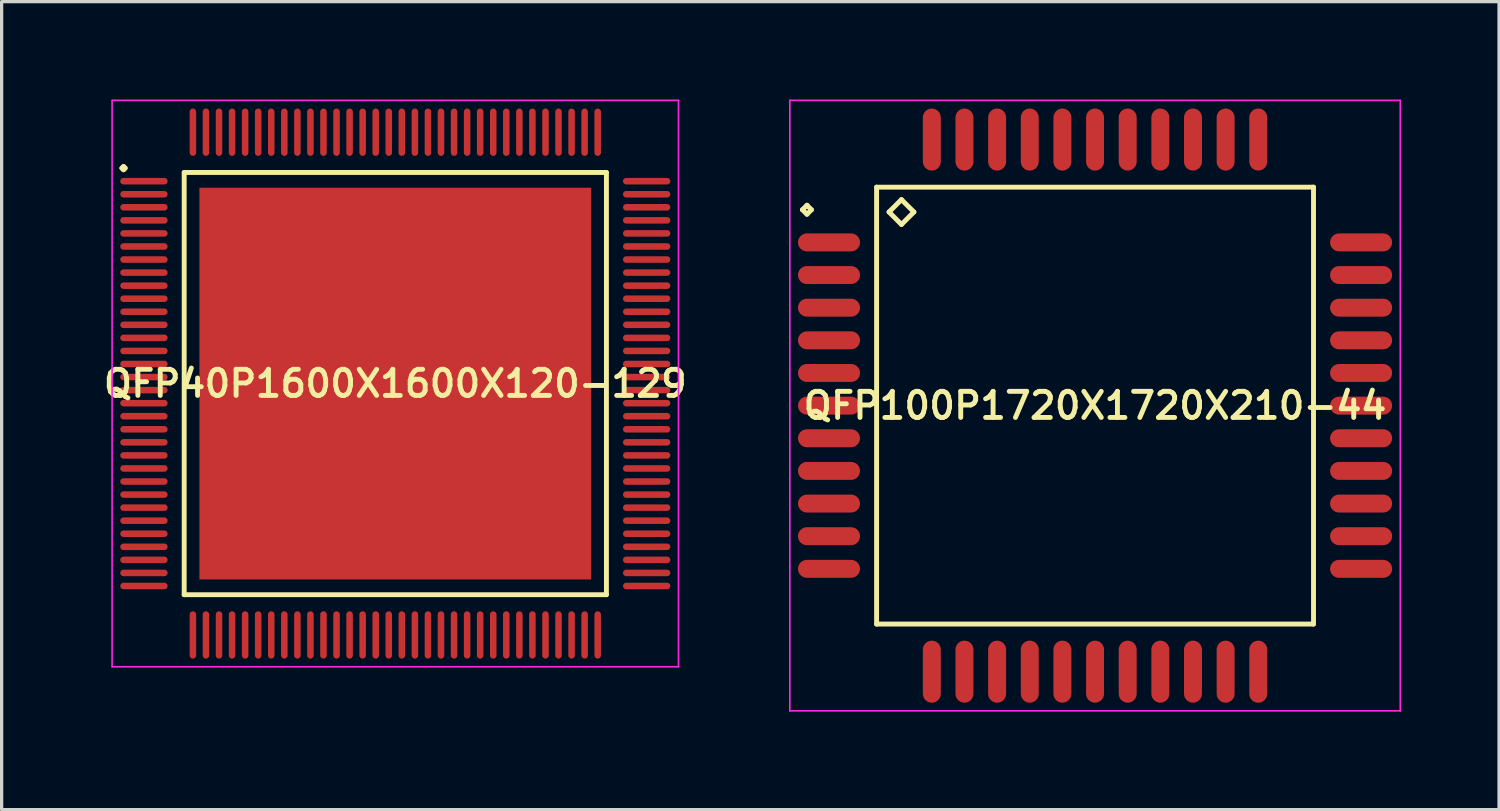
<source format=kicad_pcb>
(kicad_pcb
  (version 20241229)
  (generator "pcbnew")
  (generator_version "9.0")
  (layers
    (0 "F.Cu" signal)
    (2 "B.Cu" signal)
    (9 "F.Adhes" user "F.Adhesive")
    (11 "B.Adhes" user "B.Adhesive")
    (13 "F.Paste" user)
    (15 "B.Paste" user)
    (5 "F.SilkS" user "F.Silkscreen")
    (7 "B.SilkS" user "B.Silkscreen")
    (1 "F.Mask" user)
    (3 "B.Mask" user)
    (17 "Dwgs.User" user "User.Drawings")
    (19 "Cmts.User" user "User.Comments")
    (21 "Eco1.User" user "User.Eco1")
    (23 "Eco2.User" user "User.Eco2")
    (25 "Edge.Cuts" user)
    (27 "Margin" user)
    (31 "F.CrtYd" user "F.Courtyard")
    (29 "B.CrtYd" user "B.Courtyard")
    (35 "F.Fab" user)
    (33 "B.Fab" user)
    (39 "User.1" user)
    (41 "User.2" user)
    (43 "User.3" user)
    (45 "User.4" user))
  (footprint "QFP40P1600X1600X120-129"
    (layer "F.Cu")
    (at 9.059 8.7)
    (property "Reference" "QFP40P1600X1600X120-129" (at 0 0 0) (layer "F.SilkS") (effects (font (size 0.8 0.8) (thickness 0.15))))
    (attr smd)
    (fp_line (start -8.375 -6.6) (end -8.325 -6.65) (stroke (width 0.15) (type solid)) (layer "F.SilkS"))
    (fp_line (start -8.325 -6.65) (end -8.275 -6.6) (stroke (width 0.15) (type solid)) (layer "F.SilkS"))
    (fp_line (start -8.325 -6.55) (end -8.375 -6.6) (stroke (width 0.15) (type solid)) (layer "F.SilkS"))
    (fp_line (start -8.275 -6.6) (end -8.325 -6.55) (stroke (width 0.15) (type solid)) (layer "F.SilkS"))
    (fp_line (start -6.467 -6.467) (end -6.467 6.467) (stroke (width 0.15) (type solid)) (layer "F.SilkS"))
    (fp_line (start -6.467 6.467) (end 6.467 6.467) (stroke (width 0.15) (type solid)) (layer "F.SilkS"))
    (fp_line (start 6.467 -6.467) (end -6.467 -6.467) (stroke (width 0.15) (type solid)) (layer "F.SilkS"))
    (fp_line (start 6.467 6.467) (end 6.467 -6.467) (stroke (width 0.15) (type solid)) (layer "F.SilkS"))
    (fp_line (start -8.675 -8.675) (end 8.675 -8.675) (stroke (width 0.05) (type solid)) (layer "F.CrtYd"))
    (fp_line (start -8.675 8.675) (end -8.675 -8.675) (stroke (width 0.05) (type solid)) (layer "F.CrtYd"))
    (fp_line (start 8.675 -8.675) (end 8.675 8.675) (stroke (width 0.05) (type solid)) (layer "F.CrtYd"))
    (fp_line (start 8.675 8.675) (end -8.675 8.675) (stroke (width 0.05) (type solid)) (layer "F.CrtYd"))
    (pad "1" smd oval (at -7.7 -6.2) (size 1.45 0.2) (layers "F.Cu" "F.Mask" "F.Paste"))
    (pad "2" smd oval (at -7.7 -5.8) (size 1.45 0.2) (layers "F.Cu" "F.Mask" "F.Paste"))
    (pad "3" smd oval (at -7.7 -5.4) (size 1.45 0.2) (layers "F.Cu" "F.Mask" "F.Paste"))
    (pad "4" smd oval (at -7.7 -5) (size 1.45 0.2) (layers "F.Cu" "F.Mask" "F.Paste"))
    (pad "5" smd oval (at -7.7 -4.6) (size 1.45 0.2) (layers "F.Cu" "F.Mask" "F.Paste"))
    (pad "6" smd oval (at -7.7 -4.2) (size 1.45 0.2) (layers "F.Cu" "F.Mask" "F.Paste"))
    (pad "7" smd oval (at -7.7 -3.8) (size 1.45 0.2) (layers "F.Cu" "F.Mask" "F.Paste"))
    (pad "8" smd oval (at -7.7 -3.4) (size 1.45 0.2) (layers "F.Cu" "F.Mask" "F.Paste"))
    (pad "9" smd oval (at -7.7 -3) (size 1.45 0.2) (layers "F.Cu" "F.Mask" "F.Paste"))
    (pad "10" smd oval (at -7.7 -2.6) (size 1.45 0.2) (layers "F.Cu" "F.Mask" "F.Paste"))
    (pad "11" smd oval (at -7.7 -2.2) (size 1.45 0.2) (layers "F.Cu" "F.Mask" "F.Paste"))
    (pad "12" smd oval (at -7.7 -1.8) (size 1.45 0.2) (layers "F.Cu" "F.Mask" "F.Paste"))
    (pad "13" smd oval (at -7.7 -1.4) (size 1.45 0.2) (layers "F.Cu" "F.Mask" "F.Paste"))
    (pad "14" smd oval (at -7.7 -1) (size 1.45 0.2) (layers "F.Cu" "F.Mask" "F.Paste"))
    (pad "15" smd oval (at -7.7 -0.6) (size 1.45 0.2) (layers "F.Cu" "F.Mask" "F.Paste"))
    (pad "16" smd oval (at -7.7 -0.2) (size 1.45 0.2) (layers "F.Cu" "F.Mask" "F.Paste"))
    (pad "17" smd oval (at -7.7 0.2) (size 1.45 0.2) (layers "F.Cu" "F.Mask" "F.Paste"))
    (pad "18" smd oval (at -7.7 0.6) (size 1.45 0.2) (layers "F.Cu" "F.Mask" "F.Paste"))
    (pad "19" smd oval (at -7.7 1) (size 1.45 0.2) (layers "F.Cu" "F.Mask" "F.Paste"))
    (pad "20" smd oval (at -7.7 1.4) (size 1.45 0.2) (layers "F.Cu" "F.Mask" "F.Paste"))
    (pad "21" smd oval (at -7.7 1.8) (size 1.45 0.2) (layers "F.Cu" "F.Mask" "F.Paste"))
    (pad "22" smd oval (at -7.7 2.2) (size 1.45 0.2) (layers "F.Cu" "F.Mask" "F.Paste"))
    (pad "23" smd oval (at -7.7 2.6) (size 1.45 0.2) (layers "F.Cu" "F.Mask" "F.Paste"))
    (pad "24" smd oval (at -7.7 3) (size 1.45 0.2) (layers "F.Cu" "F.Mask" "F.Paste"))
    (pad "25" smd oval (at -7.7 3.4) (size 1.45 0.2) (layers "F.Cu" "F.Mask" "F.Paste"))
    (pad "26" smd oval (at -7.7 3.8) (size 1.45 0.2) (layers "F.Cu" "F.Mask" "F.Paste"))
    (pad "27" smd oval (at -7.7 4.2) (size 1.45 0.2) (layers "F.Cu" "F.Mask" "F.Paste"))
    (pad "28" smd oval (at -7.7 4.6) (size 1.45 0.2) (layers "F.Cu" "F.Mask" "F.Paste"))
    (pad "29" smd oval (at -7.7 5) (size 1.45 0.2) (layers "F.Cu" "F.Mask" "F.Paste"))
    (pad "30" smd oval (at -7.7 5.4) (size 1.45 0.2) (layers "F.Cu" "F.Mask" "F.Paste"))
    (pad "31" smd oval (at -7.7 5.8) (size 1.45 0.2) (layers "F.Cu" "F.Mask" "F.Paste"))
    (pad "32" smd oval (at -7.7 6.2) (size 1.45 0.2) (layers "F.Cu" "F.Mask" "F.Paste"))
    (pad "33" smd oval (at -6.2 7.7) (size 0.2 1.45) (layers "F.Cu" "F.Mask" "F.Paste"))
    (pad "34" smd oval (at -5.8 7.7) (size 0.2 1.45) (layers "F.Cu" "F.Mask" "F.Paste"))
    (pad "35" smd oval (at -5.4 7.7) (size 0.2 1.45) (layers "F.Cu" "F.Mask" "F.Paste"))
    (pad "36" smd oval (at -5 7.7) (size 0.2 1.45) (layers "F.Cu" "F.Mask" "F.Paste"))
    (pad "37" smd oval (at -4.6 7.7) (size 0.2 1.45) (layers "F.Cu" "F.Mask" "F.Paste"))
    (pad "38" smd oval (at -4.2 7.7) (size 0.2 1.45) (layers "F.Cu" "F.Mask" "F.Paste"))
    (pad "39" smd oval (at -3.8 7.7) (size 0.2 1.45) (layers "F.Cu" "F.Mask" "F.Paste"))
    (pad "40" smd oval (at -3.4 7.7) (size 0.2 1.45) (layers "F.Cu" "F.Mask" "F.Paste"))
    (pad "41" smd oval (at -3 7.7) (size 0.2 1.45) (layers "F.Cu" "F.Mask" "F.Paste"))
    (pad "42" smd oval (at -2.6 7.7) (size 0.2 1.45) (layers "F.Cu" "F.Mask" "F.Paste"))
    (pad "43" smd oval (at -2.2 7.7) (size 0.2 1.45) (layers "F.Cu" "F.Mask" "F.Paste"))
    (pad "44" smd oval (at -1.8 7.7) (size 0.2 1.45) (layers "F.Cu" "F.Mask" "F.Paste"))
    (pad "45" smd oval (at -1.4 7.7) (size 0.2 1.45) (layers "F.Cu" "F.Mask" "F.Paste"))
    (pad "46" smd oval (at -1 7.7) (size 0.2 1.45) (layers "F.Cu" "F.Mask" "F.Paste"))
    (pad "47" smd oval (at -0.6 7.7) (size 0.2 1.45) (layers "F.Cu" "F.Mask" "F.Paste"))
    (pad "48" smd oval (at -0.2 7.7) (size 0.2 1.45) (layers "F.Cu" "F.Mask" "F.Paste"))
    (pad "49" smd oval (at 0.2 7.7) (size 0.2 1.45) (layers "F.Cu" "F.Mask" "F.Paste"))
    (pad "50" smd oval (at 0.6 7.7) (size 0.2 1.45) (layers "F.Cu" "F.Mask" "F.Paste"))
    (pad "51" smd oval (at 1 7.7) (size 0.2 1.45) (layers "F.Cu" "F.Mask" "F.Paste"))
    (pad "52" smd oval (at 1.4 7.7) (size 0.2 1.45) (layers "F.Cu" "F.Mask" "F.Paste"))
    (pad "53" smd oval (at 1.8 7.7) (size 0.2 1.45) (layers "F.Cu" "F.Mask" "F.Paste"))
    (pad "54" smd oval (at 2.2 7.7) (size 0.2 1.45) (layers "F.Cu" "F.Mask" "F.Paste"))
    (pad "55" smd oval (at 2.6 7.7) (size 0.2 1.45) (layers "F.Cu" "F.Mask" "F.Paste"))
    (pad "56" smd oval (at 3 7.7) (size 0.2 1.45) (layers "F.Cu" "F.Mask" "F.Paste"))
    (pad "57" smd oval (at 3.4 7.7) (size 0.2 1.45) (layers "F.Cu" "F.Mask" "F.Paste"))
    (pad "58" smd oval (at 3.8 7.7) (size 0.2 1.45) (layers "F.Cu" "F.Mask" "F.Paste"))
    (pad "59" smd oval (at 4.2 7.7) (size 0.2 1.45) (layers "F.Cu" "F.Mask" "F.Paste"))
    (pad "60" smd oval (at 4.6 7.7) (size 0.2 1.45) (layers "F.Cu" "F.Mask" "F.Paste"))
    (pad "61" smd oval (at 5 7.7) (size 0.2 1.45) (layers "F.Cu" "F.Mask" "F.Paste"))
    (pad "62" smd oval (at 5.4 7.7) (size 0.2 1.45) (layers "F.Cu" "F.Mask" "F.Paste"))
    (pad "63" smd oval (at 5.8 7.7) (size 0.2 1.45) (layers "F.Cu" "F.Mask" "F.Paste"))
    (pad "64" smd oval (at 6.2 7.7) (size 0.2 1.45) (layers "F.Cu" "F.Mask" "F.Paste"))
    (pad "65" smd oval (at 7.7 6.2) (size 1.45 0.2) (layers "F.Cu" "F.Mask" "F.Paste"))
    (pad "66" smd oval (at 7.7 5.8) (size 1.45 0.2) (layers "F.Cu" "F.Mask" "F.Paste"))
    (pad "67" smd oval (at 7.7 5.4) (size 1.45 0.2) (layers "F.Cu" "F.Mask" "F.Paste"))
    (pad "68" smd oval (at 7.7 5) (size 1.45 0.2) (layers "F.Cu" "F.Mask" "F.Paste"))
    (pad "69" smd oval (at 7.7 4.6) (size 1.45 0.2) (layers "F.Cu" "F.Mask" "F.Paste"))
    (pad "70" smd oval (at 7.7 4.2) (size 1.45 0.2) (layers "F.Cu" "F.Mask" "F.Paste"))
    (pad "71" smd oval (at 7.7 3.8) (size 1.45 0.2) (layers "F.Cu" "F.Mask" "F.Paste"))
    (pad "72" smd oval (at 7.7 3.4) (size 1.45 0.2) (layers "F.Cu" "F.Mask" "F.Paste"))
    (pad "73" smd oval (at 7.7 3) (size 1.45 0.2) (layers "F.Cu" "F.Mask" "F.Paste"))
    (pad "74" smd oval (at 7.7 2.6) (size 1.45 0.2) (layers "F.Cu" "F.Mask" "F.Paste"))
    (pad "75" smd oval (at 7.7 2.2) (size 1.45 0.2) (layers "F.Cu" "F.Mask" "F.Paste"))
    (pad "76" smd oval (at 7.7 1.8) (size 1.45 0.2) (layers "F.Cu" "F.Mask" "F.Paste"))
    (pad "77" smd oval (at 7.7 1.4) (size 1.45 0.2) (layers "F.Cu" "F.Mask" "F.Paste"))
    (pad "78" smd oval (at 7.7 1) (size 1.45 0.2) (layers "F.Cu" "F.Mask" "F.Paste"))
    (pad "79" smd oval (at 7.7 0.6) (size 1.45 0.2) (layers "F.Cu" "F.Mask" "F.Paste"))
    (pad "80" smd oval (at 7.7 0.2) (size 1.45 0.2) (layers "F.Cu" "F.Mask" "F.Paste"))
    (pad "81" smd oval (at 7.7 -0.2) (size 1.45 0.2) (layers "F.Cu" "F.Mask" "F.Paste"))
    (pad "82" smd oval (at 7.7 -0.6) (size 1.45 0.2) (layers "F.Cu" "F.Mask" "F.Paste"))
    (pad "83" smd oval (at 7.7 -1) (size 1.45 0.2) (layers "F.Cu" "F.Mask" "F.Paste"))
    (pad "84" smd oval (at 7.7 -1.4) (size 1.45 0.2) (layers "F.Cu" "F.Mask" "F.Paste"))
    (pad "85" smd oval (at 7.7 -1.8) (size 1.45 0.2) (layers "F.Cu" "F.Mask" "F.Paste"))
    (pad "86" smd oval (at 7.7 -2.2) (size 1.45 0.2) (layers "F.Cu" "F.Mask" "F.Paste"))
    (pad "87" smd oval (at 7.7 -2.6) (size 1.45 0.2) (layers "F.Cu" "F.Mask" "F.Paste"))
    (pad "88" smd oval (at 7.7 -3) (size 1.45 0.2) (layers "F.Cu" "F.Mask" "F.Paste"))
    (pad "89" smd oval (at 7.7 -3.4) (size 1.45 0.2) (layers "F.Cu" "F.Mask" "F.Paste"))
    (pad "90" smd oval (at 7.7 -3.8) (size 1.45 0.2) (layers "F.Cu" "F.Mask" "F.Paste"))
    (pad "91" smd oval (at 7.7 -4.2) (size 1.45 0.2) (layers "F.Cu" "F.Mask" "F.Paste"))
    (pad "92" smd oval (at 7.7 -4.6) (size 1.45 0.2) (layers "F.Cu" "F.Mask" "F.Paste"))
    (pad "93" smd oval (at 7.7 -5) (size 1.45 0.2) (layers "F.Cu" "F.Mask" "F.Paste"))
    (pad "94" smd oval (at 7.7 -5.4) (size 1.45 0.2) (layers "F.Cu" "F.Mask" "F.Paste"))
    (pad "95" smd oval (at 7.7 -5.8) (size 1.45 0.2) (layers "F.Cu" "F.Mask" "F.Paste"))
    (pad "96" smd oval (at 7.7 -6.2) (size 1.45 0.2) (layers "F.Cu" "F.Mask" "F.Paste"))
    (pad "97" smd oval (at 6.2 -7.7) (size 0.2 1.45) (layers "F.Cu" "F.Mask" "F.Paste"))
    (pad "98" smd oval (at 5.8 -7.7) (size 0.2 1.45) (layers "F.Cu" "F.Mask" "F.Paste"))
    (pad "99" smd oval (at 5.4 -7.7) (size 0.2 1.45) (layers "F.Cu" "F.Mask" "F.Paste"))
    (pad "100" smd oval (at 5 -7.7) (size 0.2 1.45) (layers "F.Cu" "F.Mask" "F.Paste"))
    (pad "101" smd oval (at 4.6 -7.7) (size 0.2 1.45) (layers "F.Cu" "F.Mask" "F.Paste"))
    (pad "102" smd oval (at 4.2 -7.7) (size 0.2 1.45) (layers "F.Cu" "F.Mask" "F.Paste"))
    (pad "103" smd oval (at 3.8 -7.7) (size 0.2 1.45) (layers "F.Cu" "F.Mask" "F.Paste"))
    (pad "104" smd oval (at 3.4 -7.7) (size 0.2 1.45) (layers "F.Cu" "F.Mask" "F.Paste"))
    (pad "105" smd oval (at 3 -7.7) (size 0.2 1.45) (layers "F.Cu" "F.Mask" "F.Paste"))
    (pad "106" smd oval (at 2.6 -7.7) (size 0.2 1.45) (layers "F.Cu" "F.Mask" "F.Paste"))
    (pad "107" smd oval (at 2.2 -7.7) (size 0.2 1.45) (layers "F.Cu" "F.Mask" "F.Paste"))
    (pad "108" smd oval (at 1.8 -7.7) (size 0.2 1.45) (layers "F.Cu" "F.Mask" "F.Paste"))
    (pad "109" smd oval (at 1.4 -7.7) (size 0.2 1.45) (layers "F.Cu" "F.Mask" "F.Paste"))
    (pad "110" smd oval (at 1 -7.7) (size 0.2 1.45) (layers "F.Cu" "F.Mask" "F.Paste"))
    (pad "111" smd oval (at 0.6 -7.7) (size 0.2 1.45) (layers "F.Cu" "F.Mask" "F.Paste"))
    (pad "112" smd oval (at 0.2 -7.7) (size 0.2 1.45) (layers "F.Cu" "F.Mask" "F.Paste"))
    (pad "113" smd oval (at -0.2 -7.7) (size 0.2 1.45) (layers "F.Cu" "F.Mask" "F.Paste"))
    (pad "114" smd oval (at -0.6 -7.7) (size 0.2 1.45) (layers "F.Cu" "F.Mask" "F.Paste"))
    (pad "115" smd oval (at -1 -7.7) (size 0.2 1.45) (layers "F.Cu" "F.Mask" "F.Paste"))
    (pad "116" smd oval (at -1.4 -7.7) (size 0.2 1.45) (layers "F.Cu" "F.Mask" "F.Paste"))
    (pad "117" smd oval (at -1.8 -7.7) (size 0.2 1.45) (layers "F.Cu" "F.Mask" "F.Paste"))
    (pad "118" smd oval (at -2.2 -7.7) (size 0.2 1.45) (layers "F.Cu" "F.Mask" "F.Paste"))
    (pad "119" smd oval (at -2.6 -7.7) (size 0.2 1.45) (layers "F.Cu" "F.Mask" "F.Paste"))
    (pad "120" smd oval (at -3 -7.7) (size 0.2 1.45) (layers "F.Cu" "F.Mask" "F.Paste"))
    (pad "121" smd oval (at -3.4 -7.7) (size 0.2 1.45) (layers "F.Cu" "F.Mask" "F.Paste"))
    (pad "122" smd oval (at -3.8 -7.7) (size 0.2 1.45) (layers "F.Cu" "F.Mask" "F.Paste"))
    (pad "123" smd oval (at -4.2 -7.7) (size 0.2 1.45) (layers "F.Cu" "F.Mask" "F.Paste"))
    (pad "124" smd oval (at -4.6 -7.7) (size 0.2 1.45) (layers "F.Cu" "F.Mask" "F.Paste"))
    (pad "125" smd oval (at -5 -7.7) (size 0.2 1.45) (layers "F.Cu" "F.Mask" "F.Paste"))
    (pad "126" smd oval (at -5.4 -7.7) (size 0.2 1.45) (layers "F.Cu" "F.Mask" "F.Paste"))
    (pad "127" smd oval (at -5.8 -7.7) (size 0.2 1.45) (layers "F.Cu" "F.Mask" "F.Paste"))
    (pad "128" smd oval (at -6.2 -7.7) (size 0.2 1.45) (layers "F.Cu" "F.Mask" "F.Paste"))
    (pad "129" smd rect (at 0 0) (size 12 12) (layers "F.Cu" "F.Mask" "F.Paste")))
  (footprint "QFP100P1720X1720X210-44"
    (layer "F.Cu")
    (at 30.494 9.375)
    (property "Reference" "QFP100P1720X1720X210-44" (at 0 0 0) (layer "F.SilkS") (effects (font (size 0.8 0.8) (thickness 0.15))))
    (attr smd)
    (fp_line (start -8.963 -6) (end -8.825 -6.138) (stroke (width 0.15) (type solid)) (layer "F.SilkS"))
    (fp_line (start -8.825 -6.138) (end -8.688 -6) (stroke (width 0.15) (type solid)) (layer "F.SilkS"))
    (fp_line (start -8.825 -5.862) (end -8.963 -6) (stroke (width 0.15) (type solid)) (layer "F.SilkS"))
    (fp_line (start -8.688 -6) (end -8.825 -5.862) (stroke (width 0.15) (type solid)) (layer "F.SilkS"))
    (fp_line (start -6.692 -6.692) (end -6.692 6.692) (stroke (width 0.15) (type solid)) (layer "F.SilkS"))
    (fp_line (start -6.692 6.692) (end 6.692 6.692) (stroke (width 0.15) (type solid)) (layer "F.SilkS"))
    (fp_line (start -6.311 -5.93) (end -5.93 -6.311) (stroke (width 0.15) (type solid)) (layer "F.SilkS"))
    (fp_line (start -5.93 -6.311) (end -5.549 -5.93) (stroke (width 0.15) (type solid)) (layer "F.SilkS"))
    (fp_line (start -5.93 -5.549) (end -6.311 -5.93) (stroke (width 0.15) (type solid)) (layer "F.SilkS"))
    (fp_line (start -5.549 -5.93) (end -5.93 -5.549) (stroke (width 0.15) (type solid)) (layer "F.SilkS"))
    (fp_line (start 6.692 -6.692) (end -6.692 -6.692) (stroke (width 0.15) (type solid)) (layer "F.SilkS"))
    (fp_line (start 6.692 6.692) (end 6.692 -6.692) (stroke (width 0.15) (type solid)) (layer "F.SilkS"))
    (fp_line (start -9.35 -9.35) (end 9.35 -9.35) (stroke (width 0.05) (type solid)) (layer "F.CrtYd"))
    (fp_line (start -9.35 9.35) (end -9.35 -9.35) (stroke (width 0.05) (type solid)) (layer "F.CrtYd"))
    (fp_line (start 9.35 -9.35) (end 9.35 9.35) (stroke (width 0.05) (type solid)) (layer "F.CrtYd"))
    (fp_line (start 9.35 9.35) (end -9.35 9.35) (stroke (width 0.05) (type solid)) (layer "F.CrtYd"))
    (pad "1" smd oval (at -8.15 -5) (size 1.9 0.55) (layers "F.Cu" "F.Mask" "F.Paste"))
    (pad "2" smd oval (at -8.15 -4) (size 1.9 0.55) (layers "F.Cu" "F.Mask" "F.Paste"))
    (pad "3" smd oval (at -8.15 -3) (size 1.9 0.55) (layers "F.Cu" "F.Mask" "F.Paste"))
    (pad "4" smd oval (at -8.15 -2) (size 1.9 0.55) (layers "F.Cu" "F.Mask" "F.Paste"))
    (pad "5" smd oval (at -8.15 -1) (size 1.9 0.55) (layers "F.Cu" "F.Mask" "F.Paste"))
    (pad "6" smd oval (at -8.15 0) (size 1.9 0.55) (layers "F.Cu" "F.Mask" "F.Paste"))
    (pad "7" smd oval (at -8.15 1) (size 1.9 0.55) (layers "F.Cu" "F.Mask" "F.Paste"))
    (pad "8" smd oval (at -8.15 2) (size 1.9 0.55) (layers "F.Cu" "F.Mask" "F.Paste"))
    (pad "9" smd oval (at -8.15 3) (size 1.9 0.55) (layers "F.Cu" "F.Mask" "F.Paste"))
    (pad "10" smd oval (at -8.15 4) (size 1.9 0.55) (layers "F.Cu" "F.Mask" "F.Paste"))
    (pad "11" smd oval (at -8.15 5) (size 1.9 0.55) (layers "F.Cu" "F.Mask" "F.Paste"))
    (pad "12" smd oval (at -5 8.15) (size 0.55 1.9) (layers "F.Cu" "F.Mask" "F.Paste"))
    (pad "13" smd oval (at -4 8.15) (size 0.55 1.9) (layers "F.Cu" "F.Mask" "F.Paste"))
    (pad "14" smd oval (at -3 8.15) (size 0.55 1.9) (layers "F.Cu" "F.Mask" "F.Paste"))
    (pad "15" smd oval (at -2 8.15) (size 0.55 1.9) (layers "F.Cu" "F.Mask" "F.Paste"))
    (pad "16" smd oval (at -1 8.15) (size 0.55 1.9) (layers "F.Cu" "F.Mask" "F.Paste"))
    (pad "17" smd oval (at 0 8.15) (size 0.55 1.9) (layers "F.Cu" "F.Mask" "F.Paste"))
    (pad "18" smd oval (at 1 8.15) (size 0.55 1.9) (layers "F.Cu" "F.Mask" "F.Paste"))
    (pad "19" smd oval (at 2 8.15) (size 0.55 1.9) (layers "F.Cu" "F.Mask" "F.Paste"))
    (pad "20" smd oval (at 3 8.15) (size 0.55 1.9) (layers "F.Cu" "F.Mask" "F.Paste"))
    (pad "21" smd oval (at 4 8.15) (size 0.55 1.9) (layers "F.Cu" "F.Mask" "F.Paste"))
    (pad "22" smd oval (at 5 8.15) (size 0.55 1.9) (layers "F.Cu" "F.Mask" "F.Paste"))
    (pad "23" smd oval (at 8.15 5) (size 1.9 0.55) (layers "F.Cu" "F.Mask" "F.Paste"))
    (pad "24" smd oval (at 8.15 4) (size 1.9 0.55) (layers "F.Cu" "F.Mask" "F.Paste"))
    (pad "25" smd oval (at 8.15 3) (size 1.9 0.55) (layers "F.Cu" "F.Mask" "F.Paste"))
    (pad "26" smd oval (at 8.15 2) (size 1.9 0.55) (layers "F.Cu" "F.Mask" "F.Paste"))
    (pad "27" smd oval (at 8.15 1) (size 1.9 0.55) (layers "F.Cu" "F.Mask" "F.Paste"))
    (pad "28" smd oval (at 8.15 0) (size 1.9 0.55) (layers "F.Cu" "F.Mask" "F.Paste"))
    (pad "29" smd oval (at 8.15 -1) (size 1.9 0.55) (layers "F.Cu" "F.Mask" "F.Paste"))
    (pad "30" smd oval (at 8.15 -2) (size 1.9 0.55) (layers "F.Cu" "F.Mask" "F.Paste"))
    (pad "31" smd oval (at 8.15 -3) (size 1.9 0.55) (layers "F.Cu" "F.Mask" "F.Paste"))
    (pad "32" smd oval (at 8.15 -4) (size 1.9 0.55) (layers "F.Cu" "F.Mask" "F.Paste"))
    (pad "33" smd oval (at 8.15 -5) (size 1.9 0.55) (layers "F.Cu" "F.Mask" "F.Paste"))
    (pad "34" smd oval (at 5 -8.15) (size 0.55 1.9) (layers "F.Cu" "F.Mask" "F.Paste"))
    (pad "35" smd oval (at 4 -8.15) (size 0.55 1.9) (layers "F.Cu" "F.Mask" "F.Paste"))
    (pad "36" smd oval (at 3 -8.15) (size 0.55 1.9) (layers "F.Cu" "F.Mask" "F.Paste"))
    (pad "37" smd oval (at 2 -8.15) (size 0.55 1.9) (layers "F.Cu" "F.Mask" "F.Paste"))
    (pad "38" smd oval (at 1 -8.15) (size 0.55 1.9) (layers "F.Cu" "F.Mask" "F.Paste"))
    (pad "39" smd oval (at 0 -8.15) (size 0.55 1.9) (layers "F.Cu" "F.Mask" "F.Paste"))
    (pad "40" smd oval (at -1 -8.15) (size 0.55 1.9) (layers "F.Cu" "F.Mask" "F.Paste"))
    (pad "41" smd oval (at -2 -8.15) (size 0.55 1.9) (layers "F.Cu" "F.Mask" "F.Paste"))
    (pad "42" smd oval (at -3 -8.15) (size 0.55 1.9) (layers "F.Cu" "F.Mask" "F.Paste"))
    (pad "43" smd oval (at -4 -8.15) (size 0.55 1.9) (layers "F.Cu" "F.Mask" "F.Paste"))
    (pad "44" smd oval (at -5 -8.15) (size 0.55 1.9) (layers "F.Cu" "F.Mask" "F.Paste")))
  (gr_rect
    (start -3 -3)
    (end 42.869 21.75)
    (stroke (width 0.1) (type default))
    (fill no)
    (layer "Edge.Cuts")))
</source>
